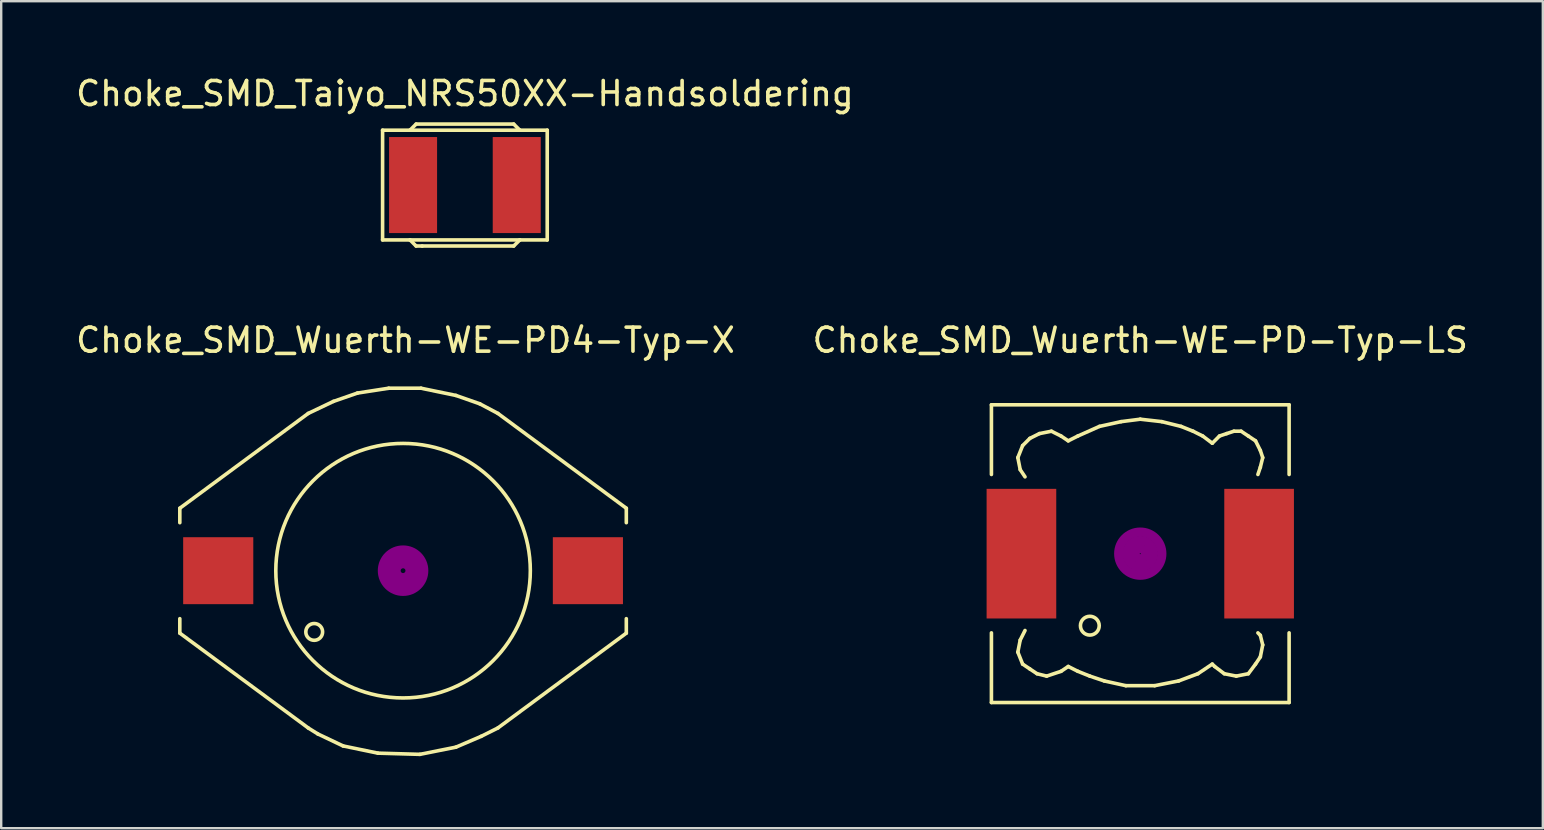
<source format=kicad_pcb>
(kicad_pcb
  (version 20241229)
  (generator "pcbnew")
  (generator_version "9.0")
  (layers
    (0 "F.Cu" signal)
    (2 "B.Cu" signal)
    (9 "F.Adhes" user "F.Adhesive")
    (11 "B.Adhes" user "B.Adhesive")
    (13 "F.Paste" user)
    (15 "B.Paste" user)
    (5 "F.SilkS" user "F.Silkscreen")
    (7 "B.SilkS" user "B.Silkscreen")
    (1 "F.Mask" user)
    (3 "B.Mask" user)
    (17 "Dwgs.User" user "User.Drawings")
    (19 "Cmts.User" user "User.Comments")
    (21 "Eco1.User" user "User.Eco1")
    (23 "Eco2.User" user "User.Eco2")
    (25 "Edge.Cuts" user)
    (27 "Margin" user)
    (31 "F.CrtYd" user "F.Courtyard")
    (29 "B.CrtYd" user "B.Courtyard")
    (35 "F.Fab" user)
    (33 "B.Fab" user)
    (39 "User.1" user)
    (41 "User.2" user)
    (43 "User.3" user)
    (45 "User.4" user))
  (footprint "Choke_SMD_Wuerth-WE-PD-Typ-LS"
    (layer "F.Cu")
    (at 44.446 20.012)
    (property "Reference" "Choke_SMD_Wuerth-WE-PD-Typ-LS" (at 0 -8.89 0) (layer "F.SilkS") (effects (font (size 1 1) (thickness 0.15))))
    (attr smd)
    (fp_line (start -6.2 -6.2) (end -6.2 -3.299) (stroke (width 0.15) (type solid)) (layer "F.SilkS"))
    (fp_line (start -6.2 3.299) (end -6.2 6.2) (stroke (width 0.15) (type solid)) (layer "F.SilkS"))
    (fp_line (start -6.2 6.2) (end 6.2 6.2) (stroke (width 0.15) (type solid)) (layer "F.SilkS"))
    (fp_line (start -5.1 -4) (end -5.001 -3.5) (stroke (width 0.15) (type solid)) (layer "F.SilkS"))
    (fp_line (start -5.1 4.1) (end -5.001 3.599) (stroke (width 0.15) (type solid)) (layer "F.SilkS"))
    (fp_line (start -5.001 -3.5) (end -4.801 -3.2) (stroke (width 0.15) (type solid)) (layer "F.SilkS"))
    (fp_line (start -5.001 3.599) (end -4.801 3.2) (stroke (width 0.15) (type solid)) (layer "F.SilkS"))
    (fp_line (start -4.9 -4.501) (end -5.1 -4) (stroke (width 0.15) (type solid)) (layer "F.SilkS"))
    (fp_line (start -4.9 4.6) (end -5.1 4.1) (stroke (width 0.15) (type solid)) (layer "F.SilkS"))
    (fp_line (start -4.6 -4.801) (end -4.9 -4.501) (stroke (width 0.15) (type solid)) (layer "F.SilkS"))
    (fp_line (start -4.6 4.801) (end -4.9 4.6) (stroke (width 0.15) (type solid)) (layer "F.SilkS"))
    (fp_line (start -4.3 5.001) (end -4.6 4.801) (stroke (width 0.15) (type solid)) (layer "F.SilkS"))
    (fp_line (start -4.201 -5.001) (end -4.6 -4.801) (stroke (width 0.15) (type solid)) (layer "F.SilkS"))
    (fp_line (start -3.899 5.1) (end -4.3 5.001) (stroke (width 0.15) (type solid)) (layer "F.SilkS"))
    (fp_line (start -3.701 -5.1) (end -4.201 -5.001) (stroke (width 0.15) (type solid)) (layer "F.SilkS"))
    (fp_line (start -3.299 -4.9) (end -3.701 -5.1) (stroke (width 0.15) (type solid)) (layer "F.SilkS"))
    (fp_line (start -3.299 4.9) (end -3.899 5.1) (stroke (width 0.15) (type solid)) (layer "F.SilkS"))
    (fp_line (start -3 -4.699) (end -3.299 -4.9) (stroke (width 0.15) (type solid)) (layer "F.SilkS"))
    (fp_line (start -3 4.699) (end -3.299 4.9) (stroke (width 0.15) (type solid)) (layer "F.SilkS"))
    (fp_line (start -2.601 -4.9) (end -3 -4.699) (stroke (width 0.15) (type solid)) (layer "F.SilkS"))
    (fp_line (start -2.601 4.9) (end -3 4.699) (stroke (width 0.15) (type solid)) (layer "F.SilkS"))
    (fp_line (start -2.101 5.1) (end -2.601 4.9) (stroke (width 0.15) (type solid)) (layer "F.SilkS"))
    (fp_line (start -1.699 -5.301) (end -2.601 -4.9) (stroke (width 0.15) (type solid)) (layer "F.SilkS"))
    (fp_line (start -1.501 5.301) (end -2.101 5.1) (stroke (width 0.15) (type solid)) (layer "F.SilkS"))
    (fp_line (start -0.8 -5.499) (end -1.699 -5.301) (stroke (width 0.15) (type solid)) (layer "F.SilkS"))
    (fp_line (start -0.599 5.499) (end -1.501 5.301) (stroke (width 0.15) (type solid)) (layer "F.SilkS"))
    (fp_line (start 0 -5.601) (end -0.8 -5.499) (stroke (width 0.15) (type solid)) (layer "F.SilkS"))
    (fp_line (start 0.599 5.499) (end -0.599 5.499) (stroke (width 0.15) (type solid)) (layer "F.SilkS"))
    (fp_line (start 0.899 -5.499) (end 0 -5.601) (stroke (width 0.15) (type solid)) (layer "F.SilkS"))
    (fp_line (start 1.6 5.301) (end 0.599 5.499) (stroke (width 0.15) (type solid)) (layer "F.SilkS"))
    (fp_line (start 1.699 -5.301) (end 0.899 -5.499) (stroke (width 0.15) (type solid)) (layer "F.SilkS"))
    (fp_line (start 2.2 -5.1) (end 1.699 -5.301) (stroke (width 0.15) (type solid)) (layer "F.SilkS"))
    (fp_line (start 2.4 5.001) (end 1.6 5.301) (stroke (width 0.15) (type solid)) (layer "F.SilkS"))
    (fp_line (start 2.601 -4.9) (end 2.2 -5.1) (stroke (width 0.15) (type solid)) (layer "F.SilkS"))
    (fp_line (start 3 -4.6) (end 2.601 -4.9) (stroke (width 0.15) (type solid)) (layer "F.SilkS"))
    (fp_line (start 3 4.6) (end 2.4 5.001) (stroke (width 0.15) (type solid)) (layer "F.SilkS"))
    (fp_line (start 3.099 4.699) (end 3 4.6) (stroke (width 0.15) (type solid)) (layer "F.SilkS"))
    (fp_line (start 3.299 -4.9) (end 3 -4.6) (stroke (width 0.15) (type solid)) (layer "F.SilkS"))
    (fp_line (start 3.5 5.001) (end 3.099 4.699) (stroke (width 0.15) (type solid)) (layer "F.SilkS"))
    (fp_line (start 3.599 -5.001) (end 3.299 -4.9) (stroke (width 0.15) (type solid)) (layer "F.SilkS"))
    (fp_line (start 3.899 -5.1) (end 3.599 -5.001) (stroke (width 0.15) (type solid)) (layer "F.SilkS"))
    (fp_line (start 4 5.1) (end 3.5 5.001) (stroke (width 0.15) (type solid)) (layer "F.SilkS"))
    (fp_line (start 4.201 -5.1) (end 3.899 -5.1) (stroke (width 0.15) (type solid)) (layer "F.SilkS"))
    (fp_line (start 4.501 -4.9) (end 4.201 -5.1) (stroke (width 0.15) (type solid)) (layer "F.SilkS"))
    (fp_line (start 4.501 5.001) (end 4 5.1) (stroke (width 0.15) (type solid)) (layer "F.SilkS"))
    (fp_line (start 4.801 -4.699) (end 4.501 -4.9) (stroke (width 0.15) (type solid)) (layer "F.SilkS"))
    (fp_line (start 4.801 4.6) (end 4.501 5.001) (stroke (width 0.15) (type solid)) (layer "F.SilkS"))
    (fp_line (start 4.9 -3.299) (end 5.001 -3.599) (stroke (width 0.15) (type solid)) (layer "F.SilkS"))
    (fp_line (start 4.9 3.299) (end 5.001 3.401) (stroke (width 0.15) (type solid)) (layer "F.SilkS"))
    (fp_line (start 5.001 -4.3) (end 4.801 -4.699) (stroke (width 0.15) (type solid)) (layer "F.SilkS"))
    (fp_line (start 5.001 -3.599) (end 5.1 -4) (stroke (width 0.15) (type solid)) (layer "F.SilkS"))
    (fp_line (start 5.001 3.401) (end 5.1 3.8) (stroke (width 0.15) (type solid)) (layer "F.SilkS"))
    (fp_line (start 5.001 4.3) (end 4.801 4.6) (stroke (width 0.15) (type solid)) (layer "F.SilkS"))
    (fp_line (start 5.1 -4) (end 5.001 -4.3) (stroke (width 0.15) (type solid)) (layer "F.SilkS"))
    (fp_line (start 5.1 3.8) (end 5.001 4.3) (stroke (width 0.15) (type solid)) (layer "F.SilkS"))
    (fp_line (start 6.2 -6.2) (end -6.2 -6.2) (stroke (width 0.15) (type solid)) (layer "F.SilkS"))
    (fp_line (start 6.2 -6.2) (end 6.2 -3.299) (stroke (width 0.15) (type solid)) (layer "F.SilkS"))
    (fp_line (start 6.2 6.2) (end 6.2 3.299) (stroke (width 0.15) (type solid)) (layer "F.SilkS"))
    (fp_circle (center -2.101 3) (end -1.801 3.251) (stroke (width 0.15) (type solid)) (fill no) (layer "F.SilkS"))
    (fp_circle (center 0 0) (end 0.15 0.15) (stroke (width 0.381) (type solid)) (fill no) (layer "F.Adhes"))
    (fp_circle (center 0 0) (end 0.551 0) (stroke (width 0.381) (type solid)) (fill no) (layer "F.Adhes"))
    (fp_circle (center 0 0) (end 0.899 0) (stroke (width 0.381) (type solid)) (fill no) (layer "F.Adhes"))
    (pad "1" smd rect (at -4.95 0) (size 2.901 5.4) (layers "F.Cu" "F.Mask" "F.Paste"))
    (pad "2" smd rect (at 4.95 0) (size 2.901 5.4) (layers "F.Cu" "F.Mask" "F.Paste")))
  (footprint "Choke_SMD_Wuerth-WE-PD4-Typ-X"
    (layer "F.Cu")
    (at 13.739 20.721)
    (property "Reference" "Choke_SMD_Wuerth-WE-PD4-Typ-X" (at 0.1 -9.6 0) (layer "F.SilkS") (effects (font (size 1 1) (thickness 0.15))))
    (attr through_hole)
    (fp_line (start -9.299 -2.601) (end -9.299 -1.999) (stroke (width 0.15) (type solid)) (layer "F.SilkS"))
    (fp_line (start -9.299 -2.601) (end -3.95 -6.551) (stroke (width 0.15) (type solid)) (layer "F.SilkS"))
    (fp_line (start -9.299 1.999) (end -9.299 2.601) (stroke (width 0.15) (type solid)) (layer "F.SilkS"))
    (fp_line (start -9.299 2.601) (end -3.95 6.551) (stroke (width 0.15) (type solid)) (layer "F.SilkS"))
    (fp_line (start -3.95 -6.551) (end -2.901 -7.051) (stroke (width 0.15) (type solid)) (layer "F.SilkS"))
    (fp_line (start -3.551 6.8) (end -3.95 6.551) (stroke (width 0.15) (type solid)) (layer "F.SilkS"))
    (fp_line (start -2.901 -7.051) (end -1.9 -7.399) (stroke (width 0.15) (type solid)) (layer "F.SilkS"))
    (fp_line (start -2.499 7.3) (end -3.551 6.8) (stroke (width 0.15) (type solid)) (layer "F.SilkS"))
    (fp_line (start -1.9 -7.399) (end -0.599 -7.6) (stroke (width 0.15) (type solid)) (layer "F.SilkS"))
    (fp_line (start -1.049 7.6) (end -2.499 7.3) (stroke (width 0.15) (type solid)) (layer "F.SilkS"))
    (fp_line (start -0.599 -7.6) (end 0.749 -7.6) (stroke (width 0.15) (type solid)) (layer "F.SilkS"))
    (fp_line (start 0.701 7.65) (end -1.049 7.6) (stroke (width 0.15) (type solid)) (layer "F.SilkS"))
    (fp_line (start 0.749 -7.6) (end 2.2 -7.3) (stroke (width 0.15) (type solid)) (layer "F.SilkS"))
    (fp_line (start 2.2 -7.3) (end 3.2 -6.949) (stroke (width 0.15) (type solid)) (layer "F.SilkS"))
    (fp_line (start 2.2 7.351) (end 0.701 7.65) (stroke (width 0.15) (type solid)) (layer "F.SilkS"))
    (fp_line (start 3.2 -6.949) (end 3.95 -6.551) (stroke (width 0.15) (type solid)) (layer "F.SilkS"))
    (fp_line (start 3.251 6.901) (end 2.2 7.351) (stroke (width 0.15) (type solid)) (layer "F.SilkS"))
    (fp_line (start 3.95 -6.551) (end 9.299 -2.601) (stroke (width 0.15) (type solid)) (layer "F.SilkS"))
    (fp_line (start 3.95 6.551) (end 3.251 6.901) (stroke (width 0.15) (type solid)) (layer "F.SilkS"))
    (fp_line (start 9.299 -1.999) (end 9.299 -2.601) (stroke (width 0.15) (type solid)) (layer "F.SilkS"))
    (fp_line (start 9.299 1.999) (end 9.299 2.601) (stroke (width 0.15) (type solid)) (layer "F.SilkS"))
    (fp_line (start 9.299 2.601) (end 3.95 6.551) (stroke (width 0.15) (type solid)) (layer "F.SilkS"))
    (fp_circle (center -3.701 2.55) (end -3.701 2.2) (stroke (width 0.15) (type solid)) (fill no) (layer "F.SilkS"))
    (fp_circle (center 0 0) (end 0 -5.301) (stroke (width 0.15) (type solid)) (fill no) (layer "F.SilkS"))
    (fp_circle (center 0 0) (end 0.1 0) (stroke (width 0.305) (type solid)) (fill no) (layer "F.Adhes"))
    (fp_circle (center 0 0) (end 0.3 0) (stroke (width 0.305) (type solid)) (fill no) (layer "F.Adhes"))
    (fp_circle (center 0 0) (end 0.5 0) (stroke (width 0.305) (type solid)) (fill no) (layer "F.Adhes"))
    (fp_circle (center 0 0) (end 0.7 0) (stroke (width 0.305) (type solid)) (fill no) (layer "F.Adhes"))
    (fp_circle (center 0 0) (end 0.9 0) (stroke (width 0.305) (type solid)) (fill no) (layer "F.Adhes"))
    (pad "1" smd rect (at -7.699 0 90) (size 2.789 2.921) (layers "F.Cu" "F.Mask" "F.Paste"))
    (pad "2" smd rect (at 7.699 0 90) (size 2.789 2.921) (layers "F.Cu" "F.Mask" "F.Paste")))
  (footprint "Choke_SMD_Taiyo_NRS50XX-Handsoldering"
    (layer "F.Cu")
    (at 16.315 4.658)
    (property "Reference" "Choke_SMD_Taiyo_NRS50XX-Handsoldering" (at 0 -3.81 0) (layer "F.SilkS") (effects (font (size 1 1) (thickness 0.15))))
    (attr smd)
    (fp_line (start -3.429 -2.286) (end -3.429 2.286) (stroke (width 0.15) (type solid)) (layer "F.SilkS"))
    (fp_line (start -3.429 2.286) (end -2.286 2.286) (stroke (width 0.15) (type solid)) (layer "F.SilkS"))
    (fp_line (start -2.286 -2.286) (end -3.429 -2.286) (stroke (width 0.15) (type solid)) (layer "F.SilkS"))
    (fp_line (start -2.286 -2.286) (end -2.032 -2.54) (stroke (width 0.15) (type solid)) (layer "F.SilkS"))
    (fp_line (start -2.286 -2.286) (end 2.286 -2.286) (stroke (width 0.15) (type solid)) (layer "F.SilkS"))
    (fp_line (start -2.286 2.286) (end 2.286 2.286) (stroke (width 0.15) (type solid)) (layer "F.SilkS"))
    (fp_line (start -2.032 -2.54) (end 2.032 -2.54) (stroke (width 0.15) (type solid)) (layer "F.SilkS"))
    (fp_line (start -2.032 2.54) (end -2.286 2.286) (stroke (width 0.15) (type solid)) (layer "F.SilkS"))
    (fp_line (start -1.778 2.54) (end -2.032 2.54) (stroke (width 0.15) (type solid)) (layer "F.SilkS"))
    (fp_line (start 2.032 -2.54) (end 2.286 -2.286) (stroke (width 0.15) (type solid)) (layer "F.SilkS"))
    (fp_line (start 2.032 2.54) (end -1.778 2.54) (stroke (width 0.15) (type solid)) (layer "F.SilkS"))
    (fp_line (start 2.286 -2.286) (end 3.429 -2.286) (stroke (width 0.15) (type solid)) (layer "F.SilkS"))
    (fp_line (start 2.286 2.286) (end 2.032 2.54) (stroke (width 0.15) (type solid)) (layer "F.SilkS"))
    (fp_line (start 3.429 -2.286) (end 3.429 2.286) (stroke (width 0.15) (type solid)) (layer "F.SilkS"))
    (fp_line (start 3.429 2.286) (end 2.286 2.286) (stroke (width 0.15) (type solid)) (layer "F.SilkS"))
    (pad "1" smd rect (at -2.159 0) (size 2 4) (layers "F.Cu" "F.Mask" "F.Paste"))
    (pad "2" smd rect (at 2.159 0) (size 2 4) (layers "F.Cu" "F.Mask" "F.Paste")))
  (gr_rect
    (start -3 -3)
    (end 61.214 31.447)
    (stroke (width 0.1) (type default))
    (fill no)
    (layer "Edge.Cuts")))
</source>
